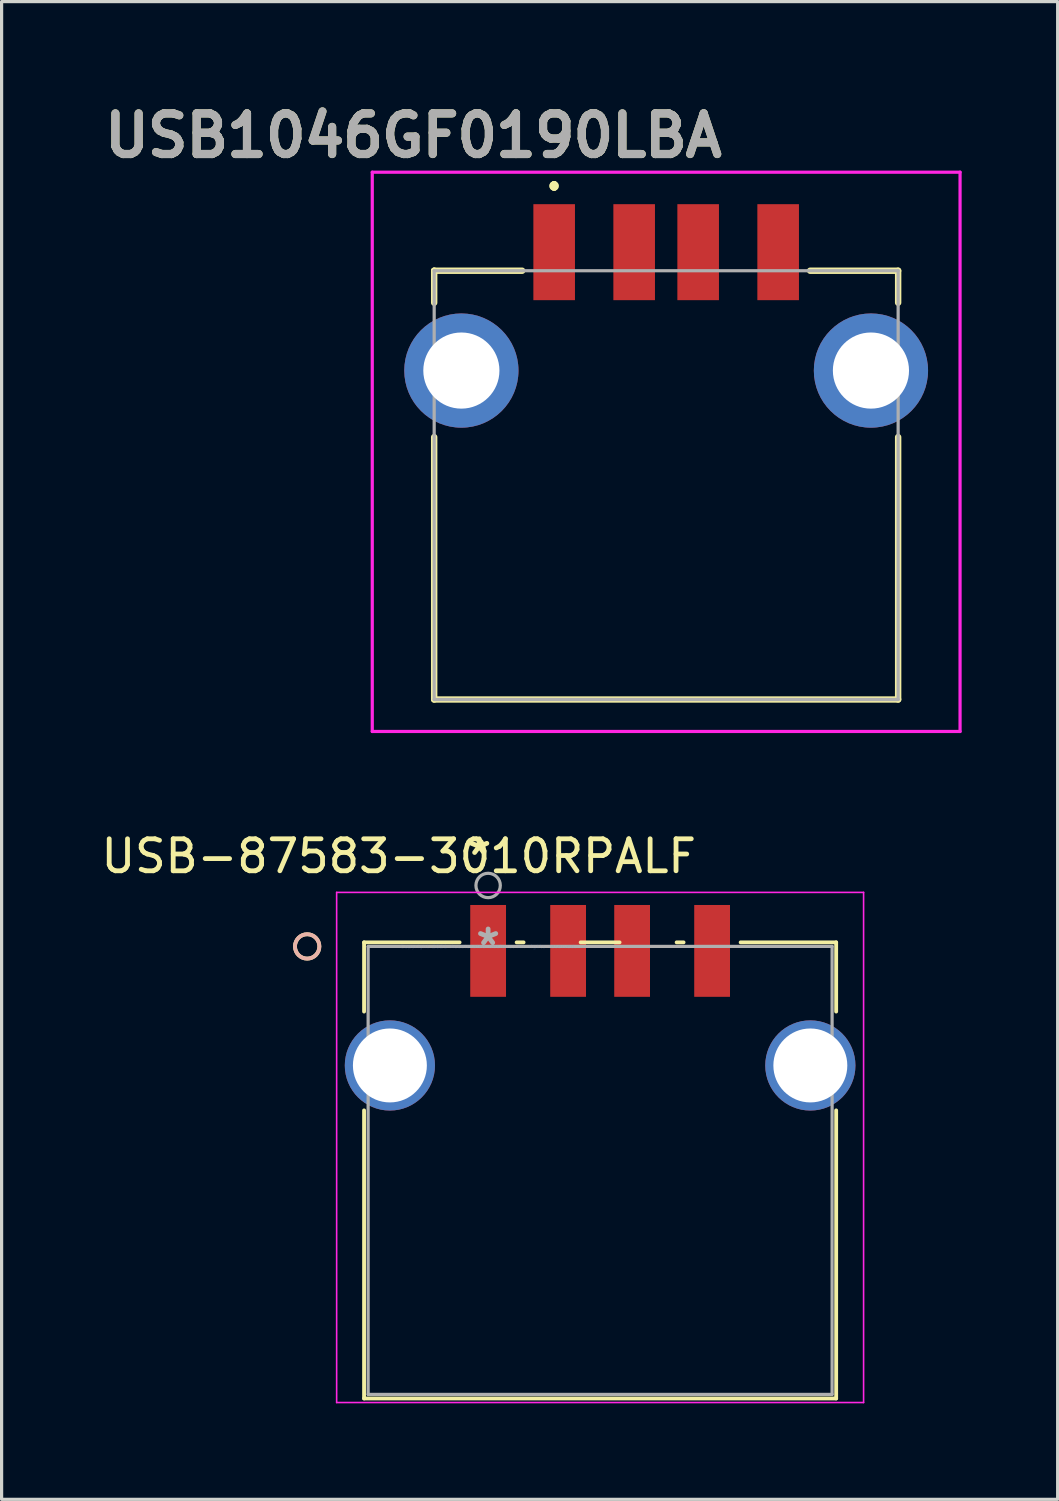
<source format=kicad_pcb>
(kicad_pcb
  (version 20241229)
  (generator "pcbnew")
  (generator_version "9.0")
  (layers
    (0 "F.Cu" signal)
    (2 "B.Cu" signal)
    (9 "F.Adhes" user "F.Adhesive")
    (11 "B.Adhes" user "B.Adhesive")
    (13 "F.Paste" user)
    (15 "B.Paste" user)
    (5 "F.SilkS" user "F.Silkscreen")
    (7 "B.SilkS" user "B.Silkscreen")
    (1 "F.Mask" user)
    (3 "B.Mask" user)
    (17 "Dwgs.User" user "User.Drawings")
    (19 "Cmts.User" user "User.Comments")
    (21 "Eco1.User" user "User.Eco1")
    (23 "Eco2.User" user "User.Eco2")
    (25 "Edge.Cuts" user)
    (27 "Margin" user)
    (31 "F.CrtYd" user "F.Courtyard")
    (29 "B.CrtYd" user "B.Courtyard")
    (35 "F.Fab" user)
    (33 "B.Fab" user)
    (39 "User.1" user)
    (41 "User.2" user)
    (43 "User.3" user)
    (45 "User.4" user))
  (footprint "USB1046GF0190LBA"
    (layer "F.Cu")
    (at 17.769 12.111)
    (property "Reference" "USB1046GF0190LBA" (at -7.899 -10.922 0) (layer "F.SilkS") (effects (font (size 1.27 1.27) (thickness 0.254))))
    (attr through_hole)
    (fp_line (start -7.25 -6.7) (end -7.25 -6.7) (stroke (width 0.2) (type solid)) (layer "F.SilkS"))
    (fp_line (start -7.25 -6.7) (end -7.25 -5.7) (stroke (width 0.2) (type solid)) (layer "F.SilkS"))
    (fp_line (start -7.25 -1.5) (end -7.25 6.7) (stroke (width 0.2) (type solid)) (layer "F.SilkS"))
    (fp_line (start -7.25 6.7) (end 7.25 6.7) (stroke (width 0.2) (type solid)) (layer "F.SilkS"))
    (fp_line (start -4.5 -6.7) (end -7.25 -6.7) (stroke (width 0.2) (type solid)) (layer "F.SilkS"))
    (fp_line (start -3.5 -9.4) (end -3.5 -9.4) (stroke (width 0.2) (type solid)) (layer "F.SilkS"))
    (fp_line (start -3.5 -9.4) (end -3.5 -9.4) (stroke (width 0.2) (type solid)) (layer "F.SilkS"))
    (fp_line (start -3.5 -9.3) (end -3.5 -9.3) (stroke (width 0.2) (type solid)) (layer "F.SilkS"))
    (fp_line (start 7.25 -6.7) (end 4.5 -6.7) (stroke (width 0.2) (type solid)) (layer "F.SilkS"))
    (fp_line (start 7.25 -5.7) (end 7.25 -6.7) (stroke (width 0.2) (type solid)) (layer "F.SilkS"))
    (fp_line (start 7.25 6.7) (end 7.25 -1.5) (stroke (width 0.2) (type solid)) (layer "F.SilkS"))
    (fp_arc (start -3.5 -9.4) (mid -3.45 -9.35) (end -3.5 -9.3) (stroke (width 0.2) (type solid)) (layer "F.SilkS"))
    (fp_arc (start -3.5 -9.3) (mid -3.55 -9.35) (end -3.5 -9.4) (stroke (width 0.2) (type solid)) (layer "F.SilkS"))
    (fp_arc (start -3.5 -9.3) (mid -3.55 -9.35) (end -3.5 -9.4) (stroke (width 0.2) (type solid)) (layer "F.SilkS"))
    (fp_line (start -9.185 -9.78) (end 9.185 -9.78) (stroke (width 0.1) (type solid)) (layer "F.CrtYd"))
    (fp_line (start -9.185 7.7) (end -9.185 -9.78) (stroke (width 0.1) (type solid)) (layer "F.CrtYd"))
    (fp_line (start 9.185 -9.78) (end 9.185 7.7) (stroke (width 0.1) (type solid)) (layer "F.CrtYd"))
    (fp_line (start 9.185 7.7) (end -9.185 7.7) (stroke (width 0.1) (type solid)) (layer "F.CrtYd"))
    (fp_line (start -7.25 -6.7) (end -7.25 6.7) (stroke (width 0.1) (type solid)) (layer "F.Fab"))
    (fp_line (start -7.25 6.7) (end 7.25 6.7) (stroke (width 0.1) (type solid)) (layer "F.Fab"))
    (fp_line (start 7.25 -6.7) (end -7.25 -6.7) (stroke (width 0.1) (type solid)) (layer "F.Fab"))
    (fp_line (start 7.25 6.7) (end 7.25 -6.7) (stroke (width 0.1) (type solid)) (layer "F.Fab"))
    (fp_text user "${REFERENCE}" (at -7.899 -10.922 0) (layer "F.Fab") (effects (font (size 1.27 1.27) (thickness 0.254))))
    (pad "1" smd rect (at -3.5 -7.28) (size 1.3 3) (layers "F.Cu" "F.Mask" "F.Paste"))
    (pad "2" smd rect (at -1 -7.28) (size 1.3 3) (layers "F.Cu" "F.Mask" "F.Paste"))
    (pad "3" smd rect (at 1 -7.28) (size 1.3 3) (layers "F.Cu" "F.Mask" "F.Paste"))
    (pad "4" smd rect (at 3.5 -7.28) (size 1.3 3) (layers "F.Cu" "F.Mask" "F.Paste"))
    (pad "5" thru_hole circle (at -6.4 -3.58) (size 3.57 3.57) (drill 2.38) (layers "*.Cu" "*.Mask"))
    (pad "5" thru_hole circle (at 6.4 -3.58) (size 3.57 3.57) (drill 2.38) (layers "*.Cu" "*.Mask")))
  (footprint "USB-87583-3010RPALF"
    (layer "F.Cu")
    (at 12.205 26.528)
    (property "Reference" "USB-87583-3010RPALF" (at -2.794 -2.819 0) (layer "F.SilkS") (effects (font (size 1 1) (thickness 0.15))))
    (attr through_hole)
    (fp_line (start -3.877 -0.127) (end -3.877 2.036) (stroke (width 0.12) (type solid)) (layer "F.SilkS"))
    (fp_line (start -3.877 5.124) (end -3.877 14.127) (stroke (width 0.12) (type solid)) (layer "F.SilkS"))
    (fp_line (start -3.877 14.127) (end 10.877 14.127) (stroke (width 0.12) (type solid)) (layer "F.SilkS"))
    (fp_line (start -0.892 -0.127) (end -3.877 -0.127) (stroke (width 0.12) (type solid)) (layer "F.SilkS"))
    (fp_line (start 1.108 -0.127) (end 0.892 -0.127) (stroke (width 0.12) (type solid)) (layer "F.SilkS"))
    (fp_line (start 4.108 -0.127) (end 2.892 -0.127) (stroke (width 0.12) (type solid)) (layer "F.SilkS"))
    (fp_line (start 6.108 -0.127) (end 5.892 -0.127) (stroke (width 0.12) (type solid)) (layer "F.SilkS"))
    (fp_line (start 10.877 -0.127) (end 7.892 -0.127) (stroke (width 0.12) (type solid)) (layer "F.SilkS"))
    (fp_line (start 10.877 2.036) (end 10.877 -0.127) (stroke (width 0.12) (type solid)) (layer "F.SilkS"))
    (fp_line (start 10.877 14.127) (end 10.877 5.124) (stroke (width 0.12) (type solid)) (layer "F.SilkS"))
    (fp_circle (center -5.655 0) (end -5.274 0) (stroke (width 0.12) (type solid)) (fill no) (layer "F.SilkS"))
    (fp_circle (center -5.655 0) (end -5.274 0) (stroke (width 0.12) (type solid)) (fill no) (layer "B.SilkS"))
    (fp_line (start -4.734 -1.689) (end -4.734 14.254) (stroke (width 0.05) (type solid)) (layer "F.CrtYd"))
    (fp_line (start -4.734 14.254) (end 11.734 14.254) (stroke (width 0.05) (type solid)) (layer "F.CrtYd"))
    (fp_line (start 11.734 -1.689) (end -4.734 -1.689) (stroke (width 0.05) (type solid)) (layer "F.CrtYd"))
    (fp_line (start 11.734 14.254) (end 11.734 -1.689) (stroke (width 0.05) (type solid)) (layer "F.CrtYd"))
    (fp_line (start -3.75 0) (end -3.75 14) (stroke (width 0.1) (type solid)) (layer "F.Fab"))
    (fp_line (start -3.75 14) (end 10.75 14) (stroke (width 0.1) (type solid)) (layer "F.Fab"))
    (fp_line (start 10.75 0) (end -3.75 0) (stroke (width 0.1) (type solid)) (layer "F.Fab"))
    (fp_line (start 10.75 14) (end 10.75 0) (stroke (width 0.1) (type solid)) (layer "F.Fab"))
    (fp_circle (center 0 -1.905) (end 0.381 -1.905) (stroke (width 0.1) (type solid)) (fill no) (layer "F.Fab"))
    (fp_text user "*" (at -0.279 -2.819 0) (layer "F.SilkS") (effects (font (size 1 1) (thickness 0.15))))
    (fp_text user "Copyright 2021 Accelerated Designs. All rights reserved." (at 0 0 0) (layer "Cmts.User") (effects (font (size 0.127 0.127) (thickness 0.002))))
    (fp_text user "*" (at 0 0 0) (layer "F.Fab") (effects (font (size 1 1) (thickness 0.15))))
    (pad "1" smd rect (at 0 0.14) (size 1.118 2.87) (layers "F.Cu" "F.Mask" "F.Paste"))
    (pad "3" smd rect (at 2.5 0.14) (size 1.118 2.87) (layers "F.Cu" "F.Mask" "F.Paste"))
    (pad "3" smd rect (at 4.5 0.14) (size 1.118 2.87) (layers "F.Cu" "F.Mask" "F.Paste"))
    (pad "4" smd rect (at 7 0.14) (size 1.118 2.87) (layers "F.Cu" "F.Mask" "F.Paste"))
    (pad "5" thru_hole circle (at -3.07 3.72) (size 2.819 2.819) (drill 2.311) (layers "*.Cu" "*.Mask"))
    (pad "5" thru_hole circle (at 10.07 3.72) (size 2.819 2.819) (drill 2.311) (layers "*.Cu" "*.Mask")))
  (gr_rect
    (start -3 -3)
    (end 30.004 43.807)
    (stroke (width 0.1) (type default))
    (fill no)
    (layer "Edge.Cuts")))
</source>
